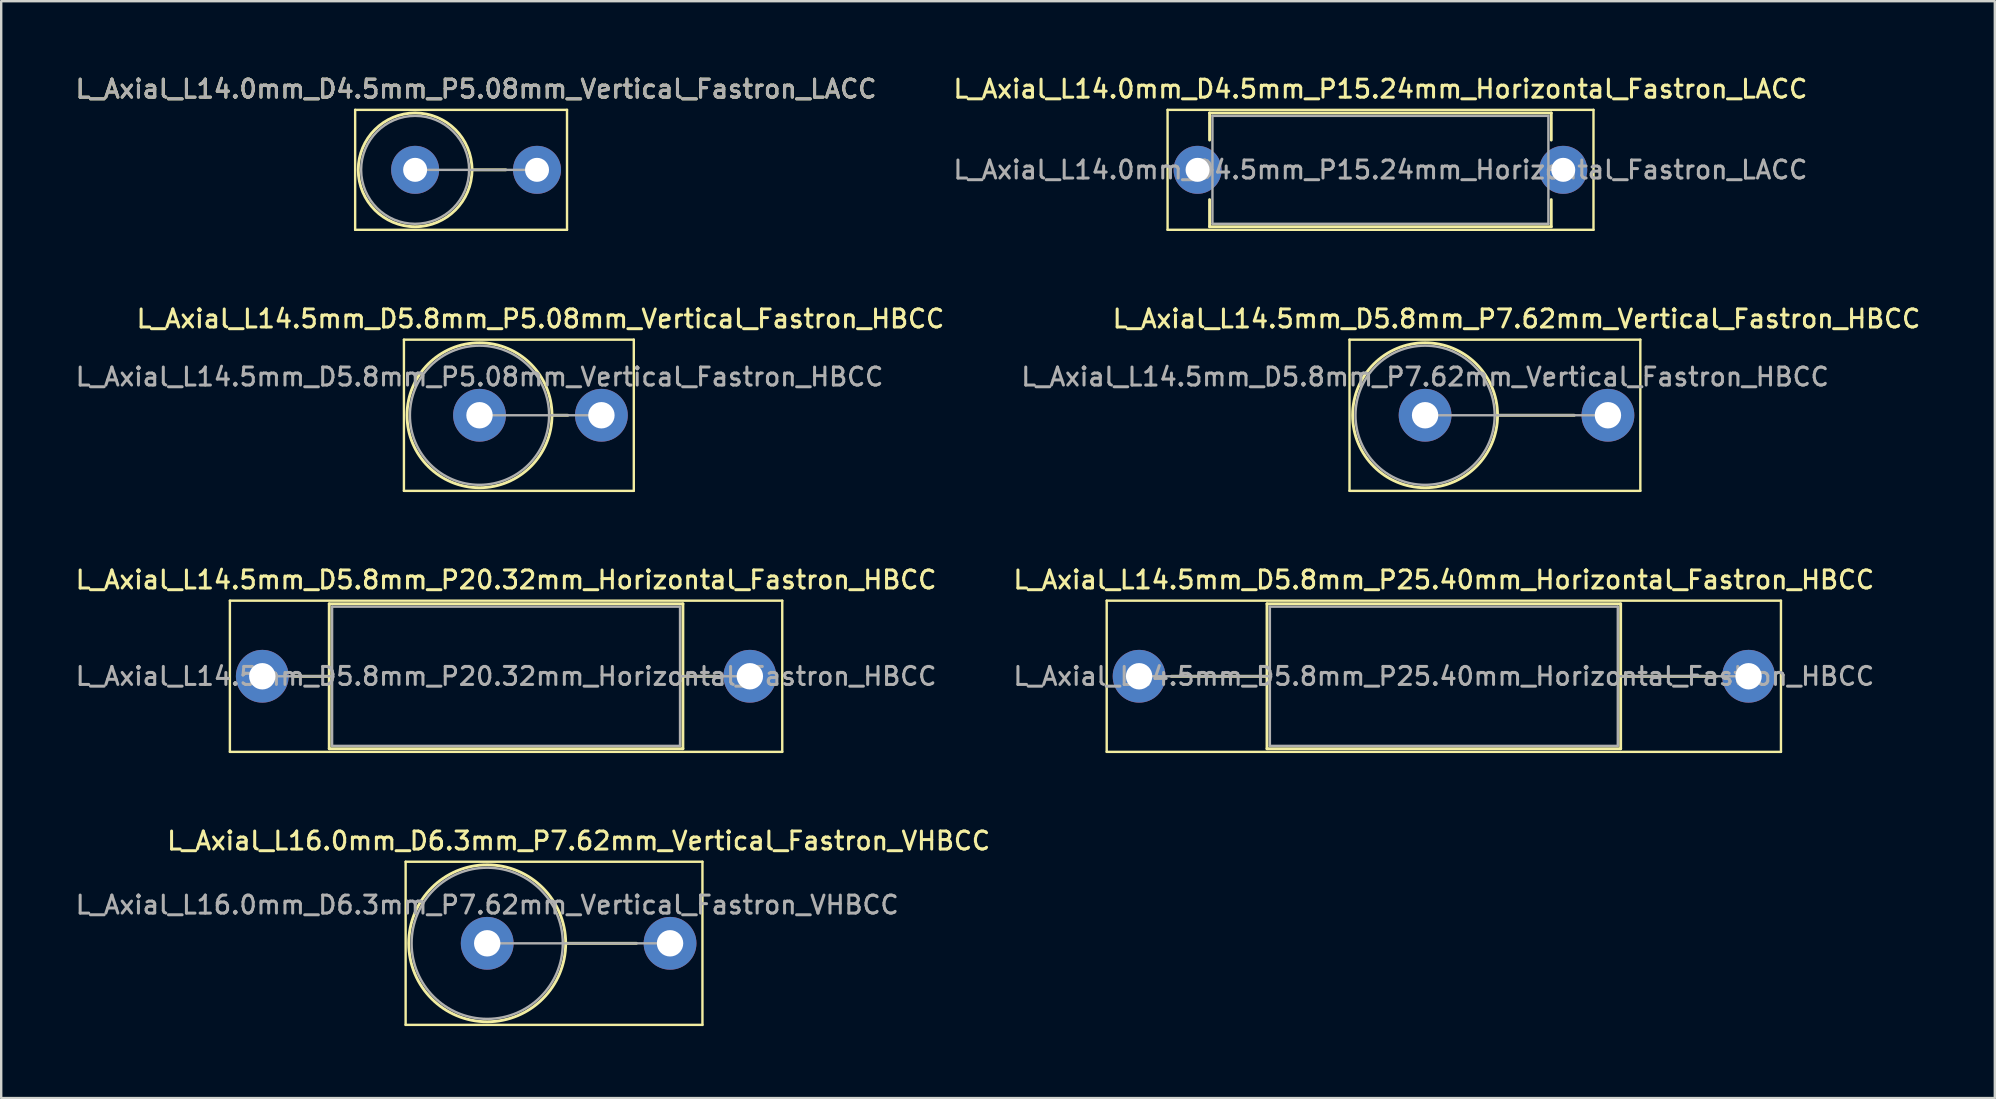
<source format=kicad_pcb>
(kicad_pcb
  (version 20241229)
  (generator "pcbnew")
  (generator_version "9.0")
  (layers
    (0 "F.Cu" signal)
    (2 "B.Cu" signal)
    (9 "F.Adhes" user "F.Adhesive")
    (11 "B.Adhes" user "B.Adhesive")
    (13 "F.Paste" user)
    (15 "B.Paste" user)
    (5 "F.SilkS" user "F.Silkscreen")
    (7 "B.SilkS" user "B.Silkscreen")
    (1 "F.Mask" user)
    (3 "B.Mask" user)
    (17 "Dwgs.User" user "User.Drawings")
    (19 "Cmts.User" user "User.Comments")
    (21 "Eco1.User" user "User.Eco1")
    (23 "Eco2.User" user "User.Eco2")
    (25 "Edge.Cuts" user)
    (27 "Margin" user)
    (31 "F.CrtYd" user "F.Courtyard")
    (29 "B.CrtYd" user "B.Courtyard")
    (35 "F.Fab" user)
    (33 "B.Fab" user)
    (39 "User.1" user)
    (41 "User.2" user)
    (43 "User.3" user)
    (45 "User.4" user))
  (footprint "L_Axial_L14.0mm_D4.5mm_P5.08mm_Vertical_Fastron_LACC"
    (layer "F.Cu")
    (at 14.251 4.028)
    (property "Reference" "L_Axial_L14.0mm_D4.5mm_P5.08mm_Vertical_Fastron_LACC" (at 2.54 -3.37 0) (layer "F.SilkS") (effects (font (size 0.75 0.75) (thickness 0.125))))
    (attr through_hole)
    (fp_line (start -2.5 -2.5) (end -2.5 2.5) (stroke (width 0.1) (type solid)) (layer "F.SilkS"))
    (fp_line (start -2.5 2.5) (end 6.33 2.5) (stroke (width 0.1) (type solid)) (layer "F.SilkS"))
    (fp_line (start 2.37 0) (end 3.78 0) (stroke (width 0.12) (type solid)) (layer "F.SilkS"))
    (fp_line (start 6.33 -2.5) (end -2.5 -2.5) (stroke (width 0.1) (type solid)) (layer "F.SilkS"))
    (fp_line (start 6.33 2.5) (end 6.33 -2.5) (stroke (width 0.1) (type solid)) (layer "F.SilkS"))
    (fp_circle (center 0 0) (end 2.37 0) (stroke (width 0.12) (type solid)) (fill no) (layer "F.SilkS"))
    (fp_line (start 0 0) (end 5.08 0) (stroke (width 0.1) (type solid)) (layer "F.Fab"))
    (fp_circle (center 0 0) (end 2.25 0) (stroke (width 0.1) (type solid)) (fill no) (layer "F.Fab"))
    (fp_text user "${REFERENCE}" (at 2.54 -3.37 0) (layer "F.Fab") (effects (font (size 0.75 0.75) (thickness 0.125))))
    (pad "1" thru_hole circle (at 0 0) (size 2 2) (drill 1) (layers "*.Cu" "*.Mask"))
    (pad "2" thru_hole oval (at 5.08 0) (size 2 2) (drill 1) (layers "*.Cu" "*.Mask")))
  (footprint "L_Axial_L14.5mm_D5.8mm_P7.62mm_Vertical_Fastron_HBCC"
    (layer "F.Cu")
    (at 56.342 14.256)
    (property "Reference" "L_Axial_L14.5mm_D5.8mm_P7.62mm_Vertical_Fastron_HBCC" (at 3.81 -4.02 0) (layer "F.SilkS") (effects (font (size 0.75 0.75) (thickness 0.125))))
    (attr through_hole)
    (fp_line (start -3.15 -3.15) (end -3.15 3.15) (stroke (width 0.1) (type solid)) (layer "F.SilkS"))
    (fp_line (start -3.15 3.15) (end 8.97 3.15) (stroke (width 0.1) (type solid)) (layer "F.SilkS"))
    (fp_line (start 3.02 0) (end 6.22 0) (stroke (width 0.12) (type solid)) (layer "F.SilkS"))
    (fp_line (start 8.97 -3.15) (end -3.15 -3.15) (stroke (width 0.1) (type solid)) (layer "F.SilkS"))
    (fp_line (start 8.97 3.15) (end 8.97 -3.15) (stroke (width 0.1) (type solid)) (layer "F.SilkS"))
    (fp_circle (center 0 0) (end 3.02 0) (stroke (width 0.12) (type solid)) (fill no) (layer "F.SilkS"))
    (fp_line (start 0 0) (end 7.62 0) (stroke (width 0.1) (type solid)) (layer "F.Fab"))
    (fp_circle (center 0 0) (end 2.9 0) (stroke (width 0.1) (type solid)) (fill no) (layer "F.Fab"))
    (fp_text user "${REFERENCE}" (at 0 -1.6 0) (layer "F.Fab") (effects (font (size 0.75 0.75) (thickness 0.125))))
    (pad "1" thru_hole circle (at 0 0) (size 2.2 2.2) (drill 1.1) (layers "*.Cu" "*.Mask"))
    (pad "2" thru_hole oval (at 7.62 0) (size 2.2 2.2) (drill 1.1) (layers "*.Cu" "*.Mask")))
  (footprint "L_Axial_L16.0mm_D6.3mm_P7.62mm_Vertical_Fastron_VHBCC"
    (layer "F.Cu")
    (at 17.255 36.263)
    (property "Reference" "L_Axial_L16.0mm_D6.3mm_P7.62mm_Vertical_Fastron_VHBCC" (at 3.81 -4.27 0) (layer "F.SilkS") (effects (font (size 0.75 0.75) (thickness 0.125))))
    (attr through_hole)
    (fp_line (start -3.4 -3.4) (end -3.4 3.4) (stroke (width 0.1) (type solid)) (layer "F.SilkS"))
    (fp_line (start -3.4 3.4) (end 8.97 3.4) (stroke (width 0.1) (type solid)) (layer "F.SilkS"))
    (fp_line (start 3.27 0) (end 6.22 0) (stroke (width 0.12) (type solid)) (layer "F.SilkS"))
    (fp_line (start 8.97 -3.4) (end -3.4 -3.4) (stroke (width 0.1) (type solid)) (layer "F.SilkS"))
    (fp_line (start 8.97 3.4) (end 8.97 -3.4) (stroke (width 0.1) (type solid)) (layer "F.SilkS"))
    (fp_circle (center 0 0) (end 3.27 0) (stroke (width 0.12) (type solid)) (fill no) (layer "F.SilkS"))
    (fp_line (start 0 0) (end 7.62 0) (stroke (width 0.1) (type solid)) (layer "F.Fab"))
    (fp_circle (center 0 0) (end 3.15 0) (stroke (width 0.1) (type solid)) (fill no) (layer "F.Fab"))
    (fp_text user "${REFERENCE}" (at 0 -1.6 0) (layer "F.Fab") (effects (font (size 0.75 0.75) (thickness 0.125))))
    (pad "1" thru_hole circle (at 0 0) (size 2.2 2.2) (drill 1.1) (layers "*.Cu" "*.Mask"))
    (pad "2" thru_hole oval (at 7.62 0) (size 2.2 2.2) (drill 1.1) (layers "*.Cu" "*.Mask")))
  (footprint "L_Axial_L14.5mm_D5.8mm_P20.32mm_Horizontal_Fastron_HBCC"
    (layer "F.Cu")
    (at 7.881 25.134)
    (property "Reference" "L_Axial_L14.5mm_D5.8mm_P20.32mm_Horizontal_Fastron_HBCC" (at 10.16 -4.02 0) (layer "F.SilkS") (effects (font (size 0.75 0.75) (thickness 0.125))))
    (attr through_hole)
    (fp_line (start -1.35 -3.15) (end -1.35 3.15) (stroke (width 0.1) (type solid)) (layer "F.SilkS"))
    (fp_line (start -1.35 3.15) (end 21.67 3.15) (stroke (width 0.1) (type solid)) (layer "F.SilkS"))
    (fp_line (start 1.34 0) (end 2.79 0) (stroke (width 0.12) (type solid)) (layer "F.SilkS"))
    (fp_line (start 2.79 -3.02) (end 2.79 3.02) (stroke (width 0.12) (type solid)) (layer "F.SilkS"))
    (fp_line (start 2.79 3.02) (end 17.53 3.02) (stroke (width 0.12) (type solid)) (layer "F.SilkS"))
    (fp_line (start 17.53 -3.02) (end 2.79 -3.02) (stroke (width 0.12) (type solid)) (layer "F.SilkS"))
    (fp_line (start 17.53 3.02) (end 17.53 -3.02) (stroke (width 0.12) (type solid)) (layer "F.SilkS"))
    (fp_line (start 18.98 0) (end 17.53 0) (stroke (width 0.12) (type solid)) (layer "F.SilkS"))
    (fp_line (start 21.67 -3.15) (end -1.35 -3.15) (stroke (width 0.1) (type solid)) (layer "F.SilkS"))
    (fp_line (start 21.67 3.15) (end 21.67 -3.15) (stroke (width 0.1) (type solid)) (layer "F.SilkS"))
    (fp_line (start 0 0) (end 2.91 0) (stroke (width 0.1) (type solid)) (layer "F.Fab"))
    (fp_line (start 2.91 -2.9) (end 2.91 2.9) (stroke (width 0.1) (type solid)) (layer "F.Fab"))
    (fp_line (start 2.91 2.9) (end 17.41 2.9) (stroke (width 0.1) (type solid)) (layer "F.Fab"))
    (fp_line (start 17.41 -2.9) (end 2.91 -2.9) (stroke (width 0.1) (type solid)) (layer "F.Fab"))
    (fp_line (start 17.41 2.9) (end 17.41 -2.9) (stroke (width 0.1) (type solid)) (layer "F.Fab"))
    (fp_line (start 20.32 0) (end 17.41 0) (stroke (width 0.1) (type solid)) (layer "F.Fab"))
    (fp_text user "${REFERENCE}" (at 10.16 0 0) (layer "F.Fab") (effects (font (size 0.75 0.75) (thickness 0.125))))
    (pad "1" thru_hole circle (at 0 0) (size 2.2 2.2) (drill 1.1) (layers "*.Cu" "*.Mask"))
    (pad "2" thru_hole oval (at 20.32 0) (size 2.2 2.2) (drill 1.1) (layers "*.Cu" "*.Mask")))
  (footprint "L_Axial_L14.5mm_D5.8mm_P5.08mm_Vertical_Fastron_HBCC"
    (layer "F.Cu")
    (at 16.934 14.256)
    (property "Reference" "L_Axial_L14.5mm_D5.8mm_P5.08mm_Vertical_Fastron_HBCC" (at 2.54 -4.02 0) (layer "F.SilkS") (effects (font (size 0.75 0.75) (thickness 0.125))))
    (attr through_hole)
    (fp_line (start -3.15 -3.15) (end -3.15 3.15) (stroke (width 0.1) (type solid)) (layer "F.SilkS"))
    (fp_line (start -3.15 3.15) (end 6.43 3.15) (stroke (width 0.1) (type solid)) (layer "F.SilkS"))
    (fp_line (start 3.02 0) (end 3.68 0) (stroke (width 0.12) (type solid)) (layer "F.SilkS"))
    (fp_line (start 6.43 -3.15) (end -3.15 -3.15) (stroke (width 0.1) (type solid)) (layer "F.SilkS"))
    (fp_line (start 6.43 3.15) (end 6.43 -3.15) (stroke (width 0.1) (type solid)) (layer "F.SilkS"))
    (fp_circle (center 0 0) (end 3.02 0) (stroke (width 0.12) (type solid)) (fill no) (layer "F.SilkS"))
    (fp_line (start 0 0) (end 5.08 0) (stroke (width 0.1) (type solid)) (layer "F.Fab"))
    (fp_circle (center 0 0) (end 2.9 0) (stroke (width 0.1) (type solid)) (fill no) (layer "F.Fab"))
    (fp_text user "${REFERENCE}" (at 0 -1.6 0) (layer "F.Fab") (effects (font (size 0.75 0.75) (thickness 0.125))))
    (pad "1" thru_hole circle (at 0 0) (size 2.2 2.2) (drill 1.1) (layers "*.Cu" "*.Mask"))
    (pad "2" thru_hole oval (at 5.08 0) (size 2.2 2.2) (drill 1.1) (layers "*.Cu" "*.Mask")))
  (footprint "L_Axial_L14.5mm_D5.8mm_P25.40mm_Horizontal_Fastron_HBCC"
    (layer "F.Cu")
    (at 44.423 25.134)
    (property "Reference" "L_Axial_L14.5mm_D5.8mm_P25.40mm_Horizontal_Fastron_HBCC" (at 12.7 -4.02 0) (layer "F.SilkS") (effects (font (size 0.75 0.75) (thickness 0.125))))
    (attr through_hole)
    (fp_line (start -1.35 -3.15) (end -1.35 3.15) (stroke (width 0.1) (type solid)) (layer "F.SilkS"))
    (fp_line (start -1.35 3.15) (end 26.75 3.15) (stroke (width 0.1) (type solid)) (layer "F.SilkS"))
    (fp_line (start 1.34 0) (end 5.33 0) (stroke (width 0.12) (type solid)) (layer "F.SilkS"))
    (fp_line (start 5.33 -3.02) (end 5.33 3.02) (stroke (width 0.12) (type solid)) (layer "F.SilkS"))
    (fp_line (start 5.33 3.02) (end 20.07 3.02) (stroke (width 0.12) (type solid)) (layer "F.SilkS"))
    (fp_line (start 20.07 -3.02) (end 5.33 -3.02) (stroke (width 0.12) (type solid)) (layer "F.SilkS"))
    (fp_line (start 20.07 3.02) (end 20.07 -3.02) (stroke (width 0.12) (type solid)) (layer "F.SilkS"))
    (fp_line (start 24.06 0) (end 20.07 0) (stroke (width 0.12) (type solid)) (layer "F.SilkS"))
    (fp_line (start 26.75 -3.15) (end -1.35 -3.15) (stroke (width 0.1) (type solid)) (layer "F.SilkS"))
    (fp_line (start 26.75 3.15) (end 26.75 -3.15) (stroke (width 0.1) (type solid)) (layer "F.SilkS"))
    (fp_line (start 0 0) (end 5.45 0) (stroke (width 0.1) (type solid)) (layer "F.Fab"))
    (fp_line (start 5.45 -2.9) (end 5.45 2.9) (stroke (width 0.1) (type solid)) (layer "F.Fab"))
    (fp_line (start 5.45 2.9) (end 19.95 2.9) (stroke (width 0.1) (type solid)) (layer "F.Fab"))
    (fp_line (start 19.95 -2.9) (end 5.45 -2.9) (stroke (width 0.1) (type solid)) (layer "F.Fab"))
    (fp_line (start 19.95 2.9) (end 19.95 -2.9) (stroke (width 0.1) (type solid)) (layer "F.Fab"))
    (fp_line (start 25.4 0) (end 19.95 0) (stroke (width 0.1) (type solid)) (layer "F.Fab"))
    (fp_text user "${REFERENCE}" (at 12.7 0 0) (layer "F.Fab") (effects (font (size 0.75 0.75) (thickness 0.125))))
    (pad "1" thru_hole circle (at 0 0) (size 2.2 2.2) (drill 1.1) (layers "*.Cu" "*.Mask"))
    (pad "2" thru_hole oval (at 25.4 0) (size 2.2 2.2) (drill 1.1) (layers "*.Cu" "*.Mask")))
  (footprint "L_Axial_L14.0mm_D4.5mm_P15.24mm_Horizontal_Fastron_LACC"
    (layer "F.Cu")
    (at 46.86 4.028)
    (property "Reference" "L_Axial_L14.0mm_D4.5mm_P15.24mm_Horizontal_Fastron_LACC" (at 7.62 -3.37 0) (layer "F.SilkS") (effects (font (size 0.75 0.75) (thickness 0.125))))
    (attr through_hole)
    (fp_line (start -1.25 -2.5) (end -1.25 2.5) (stroke (width 0.1) (type solid)) (layer "F.SilkS"))
    (fp_line (start -1.25 2.5) (end 16.5 2.5) (stroke (width 0.1) (type solid)) (layer "F.SilkS"))
    (fp_line (start 0.5 -2.37) (end 14.74 -2.37) (stroke (width 0.12) (type solid)) (layer "F.SilkS"))
    (fp_line (start 0.5 -1.24) (end 0.5 -2.37) (stroke (width 0.12) (type solid)) (layer "F.SilkS"))
    (fp_line (start 0.5 1.24) (end 0.5 2.37) (stroke (width 0.12) (type solid)) (layer "F.SilkS"))
    (fp_line (start 0.5 2.37) (end 14.74 2.37) (stroke (width 0.12) (type solid)) (layer "F.SilkS"))
    (fp_line (start 14.74 -2.37) (end 14.74 -1.24) (stroke (width 0.12) (type solid)) (layer "F.SilkS"))
    (fp_line (start 14.74 2.37) (end 14.74 1.24) (stroke (width 0.12) (type solid)) (layer "F.SilkS"))
    (fp_line (start 16.5 -2.5) (end -1.25 -2.5) (stroke (width 0.1) (type solid)) (layer "F.SilkS"))
    (fp_line (start 16.5 2.5) (end 16.5 -2.5) (stroke (width 0.1) (type solid)) (layer "F.SilkS"))
    (fp_line (start 0 0) (end 0.62 0) (stroke (width 0.1) (type solid)) (layer "F.Fab"))
    (fp_line (start 0.62 -2.25) (end 0.62 2.25) (stroke (width 0.1) (type solid)) (layer "F.Fab"))
    (fp_line (start 0.62 2.25) (end 14.62 2.25) (stroke (width 0.1) (type solid)) (layer "F.Fab"))
    (fp_line (start 14.62 -2.25) (end 0.62 -2.25) (stroke (width 0.1) (type solid)) (layer "F.Fab"))
    (fp_line (start 14.62 2.25) (end 14.62 -2.25) (stroke (width 0.1) (type solid)) (layer "F.Fab"))
    (fp_line (start 15.24 0) (end 14.62 0) (stroke (width 0.1) (type solid)) (layer "F.Fab"))
    (fp_text user "${REFERENCE}" (at 7.62 0 0) (layer "F.Fab") (effects (font (size 0.75 0.75) (thickness 0.125))))
    (pad "1" thru_hole circle (at 0 0) (size 2 2) (drill 1) (layers "*.Cu" "*.Mask"))
    (pad "2" thru_hole oval (at 15.24 0) (size 2 2) (drill 1) (layers "*.Cu" "*.Mask")))
  (gr_rect
    (start -3 -3)
    (end 80.086 42.712)
    (stroke (width 0.1) (type default))
    (fill no)
    (layer "Edge.Cuts")))
</source>
